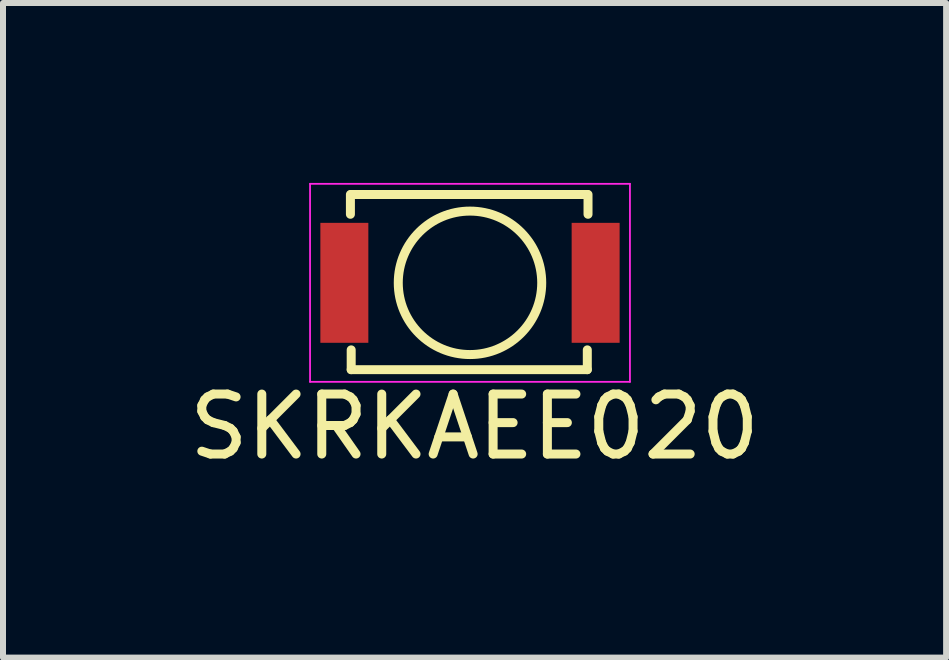
<source format=kicad_pcb>
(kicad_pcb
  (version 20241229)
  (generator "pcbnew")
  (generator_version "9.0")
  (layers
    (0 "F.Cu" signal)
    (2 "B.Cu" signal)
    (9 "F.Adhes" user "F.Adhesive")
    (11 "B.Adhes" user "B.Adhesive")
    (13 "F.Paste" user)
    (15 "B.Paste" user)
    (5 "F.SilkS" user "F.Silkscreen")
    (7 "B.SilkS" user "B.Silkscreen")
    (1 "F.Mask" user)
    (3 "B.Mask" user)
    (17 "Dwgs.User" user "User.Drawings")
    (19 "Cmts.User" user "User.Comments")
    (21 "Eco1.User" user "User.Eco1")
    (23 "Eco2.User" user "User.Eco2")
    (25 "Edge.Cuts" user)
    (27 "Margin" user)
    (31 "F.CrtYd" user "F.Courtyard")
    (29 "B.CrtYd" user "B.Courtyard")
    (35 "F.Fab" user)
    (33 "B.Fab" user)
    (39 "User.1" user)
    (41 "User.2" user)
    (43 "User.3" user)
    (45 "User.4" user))
  (footprint "SKRKAEE020"
    (layer "F.Cu")
    (at 4.787 1.666)
    (property "Reference" "SKRKAEE020" (at 0.076 2.4 0) (layer "F.SilkS") (effects (font (size 1 1) (thickness 0.15))))
    (attr smd)
    (fp_line (start -1.994 -1.143) (end -1.994 -1.473) (stroke (width 0.15) (type solid)) (layer "F.SilkS"))
    (fp_line (start -1.981 -1.473) (end 1.956 -1.473) (stroke (width 0.15) (type solid)) (layer "F.SilkS"))
    (fp_line (start -1.981 1.448) (end -1.981 1.118) (stroke (width 0.15) (type solid)) (layer "F.SilkS"))
    (fp_line (start 1.956 1.118) (end 1.956 1.448) (stroke (width 0.15) (type solid)) (layer "F.SilkS"))
    (fp_line (start 1.956 1.448) (end -1.981 1.448) (stroke (width 0.15) (type solid)) (layer "F.SilkS"))
    (fp_line (start 1.968 -1.143) (end 1.968 -1.473) (stroke (width 0.15) (type solid)) (layer "F.SilkS"))
    (fp_circle (center 0 0) (end 0.889 0.8) (stroke (width 0.15) (type solid)) (fill no) (layer "F.SilkS"))
    (fp_line (start -2.667 -1.651) (end -2.667 1.651) (stroke (width 0.03) (type solid)) (layer "F.CrtYd"))
    (fp_line (start -2.667 1.651) (end 2.667 1.651) (stroke (width 0.03) (type solid)) (layer "F.CrtYd"))
    (fp_line (start 2.667 -1.651) (end -2.667 -1.651) (stroke (width 0.03) (type solid)) (layer "F.CrtYd"))
    (fp_line (start 2.667 1.651) (end 2.667 -1.651) (stroke (width 0.03) (type solid)) (layer "F.CrtYd"))
    (pad "1" smd rect (at -2.095 0) (size 0.8 2) (layers "F.Cu" "F.Mask" "F.Paste"))
    (pad "2" smd rect (at 2.095 0) (size 0.8 2) (layers "F.Cu" "F.Mask" "F.Paste")))
  (gr_rect
    (start -3 -3)
    (end 12.726 7.915)
    (stroke (width 0.1) (type default))
    (fill no)
    (layer "Edge.Cuts")))
</source>
